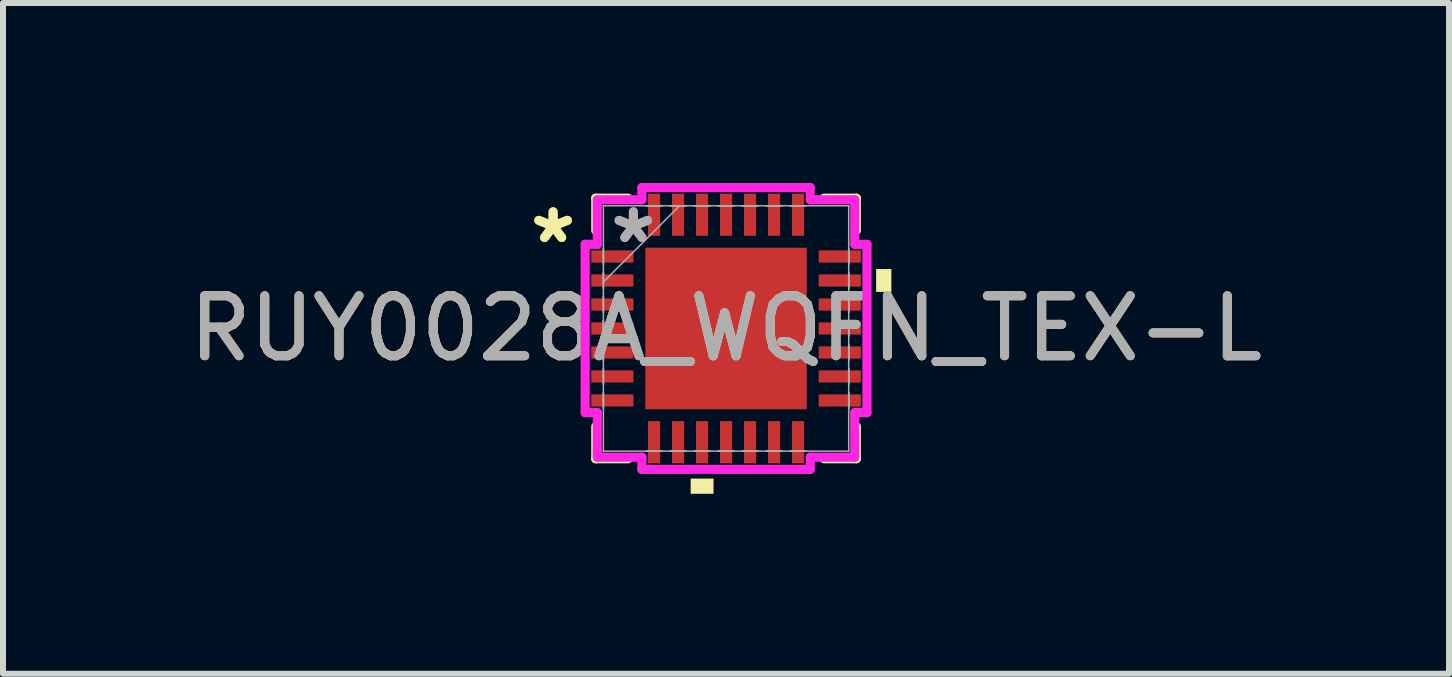
<source format=kicad_pcb>
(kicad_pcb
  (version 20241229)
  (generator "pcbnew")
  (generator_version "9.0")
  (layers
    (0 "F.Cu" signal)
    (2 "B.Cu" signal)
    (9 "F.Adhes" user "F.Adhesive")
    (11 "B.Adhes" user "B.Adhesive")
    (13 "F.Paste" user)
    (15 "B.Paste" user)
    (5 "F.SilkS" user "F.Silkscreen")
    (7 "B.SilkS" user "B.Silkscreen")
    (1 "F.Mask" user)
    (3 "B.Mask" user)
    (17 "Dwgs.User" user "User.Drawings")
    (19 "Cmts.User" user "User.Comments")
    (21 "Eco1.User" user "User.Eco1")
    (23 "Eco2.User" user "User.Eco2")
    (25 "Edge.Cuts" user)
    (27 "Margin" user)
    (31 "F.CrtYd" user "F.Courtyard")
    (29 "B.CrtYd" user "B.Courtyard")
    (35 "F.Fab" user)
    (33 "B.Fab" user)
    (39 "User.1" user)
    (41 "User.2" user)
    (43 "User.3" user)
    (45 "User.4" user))
  (footprint "RUY0028A_WQFN_TEX-L"
    (layer "F.Cu")
    (at 9.054 2.426)
    (property "Reference" "RUY0028A_WQFN_TEX-L" (at 0 0 0) (unlocked yes) (layer "F.SilkS") (effects (font (size 1 1) (thickness 0.15))))
    (attr smd)
    (fp_line (start -2.172 -2.172) (end -2.172 -1.634) (stroke (width 0.152) (type solid)) (layer "F.SilkS"))
    (fp_line (start -2.172 1.634) (end -2.172 2.172) (stroke (width 0.152) (type solid)) (layer "F.SilkS"))
    (fp_line (start -2.172 2.172) (end -1.634 2.172) (stroke (width 0.152) (type solid)) (layer "F.SilkS"))
    (fp_line (start -1.634 -2.172) (end -2.172 -2.172) (stroke (width 0.152) (type solid)) (layer "F.SilkS"))
    (fp_line (start 1.634 2.172) (end 2.172 2.172) (stroke (width 0.152) (type solid)) (layer "F.SilkS"))
    (fp_line (start 2.172 -2.172) (end 1.634 -2.172) (stroke (width 0.152) (type solid)) (layer "F.SilkS"))
    (fp_line (start 2.172 -1.634) (end 2.172 -2.172) (stroke (width 0.152) (type solid)) (layer "F.SilkS"))
    (fp_line (start 2.172 2.172) (end 2.172 1.634) (stroke (width 0.152) (type solid)) (layer "F.SilkS"))
    (fp_poly (pts (xy -0.59 2.502) (xy -0.59 2.756) (xy -0.209 2.756) (xy -0.209 2.502)) (stroke (width 0) (type solid)) (fill yes) (layer "F.SilkS"))
    (fp_poly (pts (xy 2.756 -0.991) (xy 2.756 -0.61) (xy 2.502 -0.61) (xy 2.502 -0.991)) (stroke (width 0) (type solid)) (fill yes) (layer "F.SilkS"))
    (fp_poly (pts (xy -1.246 -1.246) (xy -1.246 -0.1) (xy -0.1 -0.1) (xy -0.1 -1.246)) (stroke (width 0) (type solid)) (fill yes) (layer "F.Paste"))
    (fp_poly (pts (xy -1.246 0.1) (xy -1.246 1.246) (xy -0.1 1.246) (xy -0.1 0.1)) (stroke (width 0) (type solid)) (fill yes) (layer "F.Paste"))
    (fp_poly (pts (xy 0.1 -1.246) (xy 0.1 -0.1) (xy 1.246 -0.1) (xy 1.246 -1.246)) (stroke (width 0) (type solid)) (fill yes) (layer "F.Paste"))
    (fp_poly (pts (xy 0.1 0.1) (xy 0.1 1.246) (xy 1.246 1.246) (xy 1.246 0.1)) (stroke (width 0) (type solid)) (fill yes) (layer "F.Paste"))
    (fp_line (start -2.349 -1.403) (end -2.146 -1.403) (stroke (width 0.152) (type solid)) (layer "F.CrtYd"))
    (fp_line (start -2.349 1.403) (end -2.349 -1.403) (stroke (width 0.152) (type solid)) (layer "F.CrtYd"))
    (fp_line (start -2.146 -2.146) (end -1.403 -2.146) (stroke (width 0.152) (type solid)) (layer "F.CrtYd"))
    (fp_line (start -2.146 -1.403) (end -2.146 -2.146) (stroke (width 0.152) (type solid)) (layer "F.CrtYd"))
    (fp_line (start -2.146 1.403) (end -2.349 1.403) (stroke (width 0.152) (type solid)) (layer "F.CrtYd"))
    (fp_line (start -2.146 2.146) (end -2.146 1.403) (stroke (width 0.152) (type solid)) (layer "F.CrtYd"))
    (fp_line (start -1.403 -2.349) (end 1.403 -2.349) (stroke (width 0.152) (type solid)) (layer "F.CrtYd"))
    (fp_line (start -1.403 -2.146) (end -1.403 -2.349) (stroke (width 0.152) (type solid)) (layer "F.CrtYd"))
    (fp_line (start -1.403 2.146) (end -2.146 2.146) (stroke (width 0.152) (type solid)) (layer "F.CrtYd"))
    (fp_line (start -1.403 2.349) (end -1.403 2.146) (stroke (width 0.152) (type solid)) (layer "F.CrtYd"))
    (fp_line (start 1.403 -2.349) (end 1.403 -2.146) (stroke (width 0.152) (type solid)) (layer "F.CrtYd"))
    (fp_line (start 1.403 -2.146) (end 2.146 -2.146) (stroke (width 0.152) (type solid)) (layer "F.CrtYd"))
    (fp_line (start 1.403 2.146) (end 1.403 2.349) (stroke (width 0.152) (type solid)) (layer "F.CrtYd"))
    (fp_line (start 1.403 2.349) (end -1.403 2.349) (stroke (width 0.152) (type solid)) (layer "F.CrtYd"))
    (fp_line (start 2.146 -2.146) (end 2.146 -1.403) (stroke (width 0.152) (type solid)) (layer "F.CrtYd"))
    (fp_line (start 2.146 -1.403) (end 2.349 -1.403) (stroke (width 0.152) (type solid)) (layer "F.CrtYd"))
    (fp_line (start 2.146 1.403) (end 2.146 2.146) (stroke (width 0.152) (type solid)) (layer "F.CrtYd"))
    (fp_line (start 2.146 2.146) (end 1.403 2.146) (stroke (width 0.152) (type solid)) (layer "F.CrtYd"))
    (fp_line (start 2.349 -1.403) (end 2.349 1.403) (stroke (width 0.152) (type solid)) (layer "F.CrtYd"))
    (fp_line (start 2.349 1.403) (end 2.146 1.403) (stroke (width 0.152) (type solid)) (layer "F.CrtYd"))
    (fp_line (start -2.045 -2.045) (end -2.045 -2.045) (stroke (width 0.025) (type solid)) (layer "F.Fab"))
    (fp_line (start -2.045 -2.045) (end -2.045 2.045) (stroke (width 0.025) (type solid)) (layer "F.Fab"))
    (fp_line (start -2.045 -1.327) (end -2.045 -1.327) (stroke (width 0.025) (type solid)) (layer "F.Fab"))
    (fp_line (start -2.045 -1.327) (end -2.045 -1.073) (stroke (width 0.025) (type solid)) (layer "F.Fab"))
    (fp_line (start -2.045 -1.073) (end -2.045 -1.327) (stroke (width 0.025) (type solid)) (layer "F.Fab"))
    (fp_line (start -2.045 -1.073) (end -2.045 -1.073) (stroke (width 0.025) (type solid)) (layer "F.Fab"))
    (fp_line (start -2.045 -0.927) (end -2.045 -0.927) (stroke (width 0.025) (type solid)) (layer "F.Fab"))
    (fp_line (start -2.045 -0.927) (end -2.045 -0.673) (stroke (width 0.025) (type solid)) (layer "F.Fab"))
    (fp_line (start -2.045 -0.775) (end -0.775 -2.045) (stroke (width 0.025) (type solid)) (layer "F.Fab"))
    (fp_line (start -2.045 -0.673) (end -2.045 -0.927) (stroke (width 0.025) (type solid)) (layer "F.Fab"))
    (fp_line (start -2.045 -0.673) (end -2.045 -0.673) (stroke (width 0.025) (type solid)) (layer "F.Fab"))
    (fp_line (start -2.045 -0.527) (end -2.045 -0.527) (stroke (width 0.025) (type solid)) (layer "F.Fab"))
    (fp_line (start -2.045 -0.527) (end -2.045 -0.273) (stroke (width 0.025) (type solid)) (layer "F.Fab"))
    (fp_line (start -2.045 -0.273) (end -2.045 -0.527) (stroke (width 0.025) (type solid)) (layer "F.Fab"))
    (fp_line (start -2.045 -0.273) (end -2.045 -0.273) (stroke (width 0.025) (type solid)) (layer "F.Fab"))
    (fp_line (start -2.045 -0.127) (end -2.045 -0.127) (stroke (width 0.025) (type solid)) (layer "F.Fab"))
    (fp_line (start -2.045 -0.127) (end -2.045 0.127) (stroke (width 0.025) (type solid)) (layer "F.Fab"))
    (fp_line (start -2.045 0.127) (end -2.045 -0.127) (stroke (width 0.025) (type solid)) (layer "F.Fab"))
    (fp_line (start -2.045 0.127) (end -2.045 0.127) (stroke (width 0.025) (type solid)) (layer "F.Fab"))
    (fp_line (start -2.045 0.273) (end -2.045 0.273) (stroke (width 0.025) (type solid)) (layer "F.Fab"))
    (fp_line (start -2.045 0.273) (end -2.045 0.527) (stroke (width 0.025) (type solid)) (layer "F.Fab"))
    (fp_line (start -2.045 0.527) (end -2.045 0.273) (stroke (width 0.025) (type solid)) (layer "F.Fab"))
    (fp_line (start -2.045 0.527) (end -2.045 0.527) (stroke (width 0.025) (type solid)) (layer "F.Fab"))
    (fp_line (start -2.045 0.673) (end -2.045 0.673) (stroke (width 0.025) (type solid)) (layer "F.Fab"))
    (fp_line (start -2.045 0.673) (end -2.045 0.927) (stroke (width 0.025) (type solid)) (layer "F.Fab"))
    (fp_line (start -2.045 0.927) (end -2.045 0.673) (stroke (width 0.025) (type solid)) (layer "F.Fab"))
    (fp_line (start -2.045 0.927) (end -2.045 0.927) (stroke (width 0.025) (type solid)) (layer "F.Fab"))
    (fp_line (start -2.045 1.073) (end -2.045 1.073) (stroke (width 0.025) (type solid)) (layer "F.Fab"))
    (fp_line (start -2.045 1.073) (end -2.045 1.327) (stroke (width 0.025) (type solid)) (layer "F.Fab"))
    (fp_line (start -2.045 1.327) (end -2.045 1.073) (stroke (width 0.025) (type solid)) (layer "F.Fab"))
    (fp_line (start -2.045 1.327) (end -2.045 1.327) (stroke (width 0.025) (type solid)) (layer "F.Fab"))
    (fp_line (start -2.045 2.045) (end -2.045 2.045) (stroke (width 0.025) (type solid)) (layer "F.Fab"))
    (fp_line (start -2.045 2.045) (end 2.045 2.045) (stroke (width 0.025) (type solid)) (layer "F.Fab"))
    (fp_line (start -1.327 -2.045) (end -1.327 -2.045) (stroke (width 0.025) (type solid)) (layer "F.Fab"))
    (fp_line (start -1.327 -2.045) (end -1.073 -2.045) (stroke (width 0.025) (type solid)) (layer "F.Fab"))
    (fp_line (start -1.327 2.045) (end -1.327 2.045) (stroke (width 0.025) (type solid)) (layer "F.Fab"))
    (fp_line (start -1.327 2.045) (end -1.073 2.045) (stroke (width 0.025) (type solid)) (layer "F.Fab"))
    (fp_line (start -1.073 -2.045) (end -1.327 -2.045) (stroke (width 0.025) (type solid)) (layer "F.Fab"))
    (fp_line (start -1.073 -2.045) (end -1.073 -2.045) (stroke (width 0.025) (type solid)) (layer "F.Fab"))
    (fp_line (start -1.073 2.045) (end -1.327 2.045) (stroke (width 0.025) (type solid)) (layer "F.Fab"))
    (fp_line (start -1.073 2.045) (end -1.073 2.045) (stroke (width 0.025) (type solid)) (layer "F.Fab"))
    (fp_line (start -0.927 -2.045) (end -0.927 -2.045) (stroke (width 0.025) (type solid)) (layer "F.Fab"))
    (fp_line (start -0.927 -2.045) (end -0.673 -2.045) (stroke (width 0.025) (type solid)) (layer "F.Fab"))
    (fp_line (start -0.927 2.045) (end -0.927 2.045) (stroke (width 0.025) (type solid)) (layer "F.Fab"))
    (fp_line (start -0.927 2.045) (end -0.673 2.045) (stroke (width 0.025) (type solid)) (layer "F.Fab"))
    (fp_line (start -0.673 -2.045) (end -0.927 -2.045) (stroke (width 0.025) (type solid)) (layer "F.Fab"))
    (fp_line (start -0.673 -2.045) (end -0.673 -2.045) (stroke (width 0.025) (type solid)) (layer "F.Fab"))
    (fp_line (start -0.673 2.045) (end -0.927 2.045) (stroke (width 0.025) (type solid)) (layer "F.Fab"))
    (fp_line (start -0.673 2.045) (end -0.673 2.045) (stroke (width 0.025) (type solid)) (layer "F.Fab"))
    (fp_line (start -0.527 -2.045) (end -0.527 -2.045) (stroke (width 0.025) (type solid)) (layer "F.Fab"))
    (fp_line (start -0.527 -2.045) (end -0.273 -2.045) (stroke (width 0.025) (type solid)) (layer "F.Fab"))
    (fp_line (start -0.527 2.045) (end -0.527 2.045) (stroke (width 0.025) (type solid)) (layer "F.Fab"))
    (fp_line (start -0.527 2.045) (end -0.273 2.045) (stroke (width 0.025) (type solid)) (layer "F.Fab"))
    (fp_line (start -0.273 -2.045) (end -0.527 -2.045) (stroke (width 0.025) (type solid)) (layer "F.Fab"))
    (fp_line (start -0.273 -2.045) (end -0.273 -2.045) (stroke (width 0.025) (type solid)) (layer "F.Fab"))
    (fp_line (start -0.273 2.045) (end -0.527 2.045) (stroke (width 0.025) (type solid)) (layer "F.Fab"))
    (fp_line (start -0.273 2.045) (end -0.273 2.045) (stroke (width 0.025) (type solid)) (layer "F.Fab"))
    (fp_line (start -0.127 -2.045) (end -0.127 -2.045) (stroke (width 0.025) (type solid)) (layer "F.Fab"))
    (fp_line (start -0.127 -2.045) (end 0.127 -2.045) (stroke (width 0.025) (type solid)) (layer "F.Fab"))
    (fp_line (start -0.127 2.045) (end -0.127 2.045) (stroke (width 0.025) (type solid)) (layer "F.Fab"))
    (fp_line (start -0.127 2.045) (end 0.127 2.045) (stroke (width 0.025) (type solid)) (layer "F.Fab"))
    (fp_line (start 0.127 -2.045) (end -0.127 -2.045) (stroke (width 0.025) (type solid)) (layer "F.Fab"))
    (fp_line (start 0.127 -2.045) (end 0.127 -2.045) (stroke (width 0.025) (type solid)) (layer "F.Fab"))
    (fp_line (start 0.127 2.045) (end -0.127 2.045) (stroke (width 0.025) (type solid)) (layer "F.Fab"))
    (fp_line (start 0.127 2.045) (end 0.127 2.045) (stroke (width 0.025) (type solid)) (layer "F.Fab"))
    (fp_line (start 0.273 -2.045) (end 0.273 -2.045) (stroke (width 0.025) (type solid)) (layer "F.Fab"))
    (fp_line (start 0.273 -2.045) (end 0.527 -2.045) (stroke (width 0.025) (type solid)) (layer "F.Fab"))
    (fp_line (start 0.273 2.045) (end 0.273 2.045) (stroke (width 0.025) (type solid)) (layer "F.Fab"))
    (fp_line (start 0.273 2.045) (end 0.527 2.045) (stroke (width 0.025) (type solid)) (layer "F.Fab"))
    (fp_line (start 0.527 -2.045) (end 0.273 -2.045) (stroke (width 0.025) (type solid)) (layer "F.Fab"))
    (fp_line (start 0.527 -2.045) (end 0.527 -2.045) (stroke (width 0.025) (type solid)) (layer "F.Fab"))
    (fp_line (start 0.527 2.045) (end 0.273 2.045) (stroke (width 0.025) (type solid)) (layer "F.Fab"))
    (fp_line (start 0.527 2.045) (end 0.527 2.045) (stroke (width 0.025) (type solid)) (layer "F.Fab"))
    (fp_line (start 0.673 -2.045) (end 0.673 -2.045) (stroke (width 0.025) (type solid)) (layer "F.Fab"))
    (fp_line (start 0.673 -2.045) (end 0.927 -2.045) (stroke (width 0.025) (type solid)) (layer "F.Fab"))
    (fp_line (start 0.673 2.045) (end 0.673 2.045) (stroke (width 0.025) (type solid)) (layer "F.Fab"))
    (fp_line (start 0.673 2.045) (end 0.927 2.045) (stroke (width 0.025) (type solid)) (layer "F.Fab"))
    (fp_line (start 0.927 -2.045) (end 0.673 -2.045) (stroke (width 0.025) (type solid)) (layer "F.Fab"))
    (fp_line (start 0.927 -2.045) (end 0.927 -2.045) (stroke (width 0.025) (type solid)) (layer "F.Fab"))
    (fp_line (start 0.927 2.045) (end 0.673 2.045) (stroke (width 0.025) (type solid)) (layer "F.Fab"))
    (fp_line (start 0.927 2.045) (end 0.927 2.045) (stroke (width 0.025) (type solid)) (layer "F.Fab"))
    (fp_line (start 1.073 -2.045) (end 1.073 -2.045) (stroke (width 0.025) (type solid)) (layer "F.Fab"))
    (fp_line (start 1.073 -2.045) (end 1.327 -2.045) (stroke (width 0.025) (type solid)) (layer "F.Fab"))
    (fp_line (start 1.073 2.045) (end 1.073 2.045) (stroke (width 0.025) (type solid)) (layer "F.Fab"))
    (fp_line (start 1.073 2.045) (end 1.327 2.045) (stroke (width 0.025) (type solid)) (layer "F.Fab"))
    (fp_line (start 1.327 -2.045) (end 1.073 -2.045) (stroke (width 0.025) (type solid)) (layer "F.Fab"))
    (fp_line (start 1.327 -2.045) (end 1.327 -2.045) (stroke (width 0.025) (type solid)) (layer "F.Fab"))
    (fp_line (start 1.327 2.045) (end 1.073 2.045) (stroke (width 0.025) (type solid)) (layer "F.Fab"))
    (fp_line (start 1.327 2.045) (end 1.327 2.045) (stroke (width 0.025) (type solid)) (layer "F.Fab"))
    (fp_line (start 2.045 -2.045) (end -2.045 -2.045) (stroke (width 0.025) (type solid)) (layer "F.Fab"))
    (fp_line (start 2.045 -2.045) (end 2.045 -2.045) (stroke (width 0.025) (type solid)) (layer "F.Fab"))
    (fp_line (start 2.045 -1.327) (end 2.045 -1.327) (stroke (width 0.025) (type solid)) (layer "F.Fab"))
    (fp_line (start 2.045 -1.327) (end 2.045 -1.073) (stroke (width 0.025) (type solid)) (layer "F.Fab"))
    (fp_line (start 2.045 -1.073) (end 2.045 -1.327) (stroke (width 0.025) (type solid)) (layer "F.Fab"))
    (fp_line (start 2.045 -1.073) (end 2.045 -1.073) (stroke (width 0.025) (type solid)) (layer "F.Fab"))
    (fp_line (start 2.045 -0.927) (end 2.045 -0.927) (stroke (width 0.025) (type solid)) (layer "F.Fab"))
    (fp_line (start 2.045 -0.927) (end 2.045 -0.673) (stroke (width 0.025) (type solid)) (layer "F.Fab"))
    (fp_line (start 2.045 -0.673) (end 2.045 -0.927) (stroke (width 0.025) (type solid)) (layer "F.Fab"))
    (fp_line (start 2.045 -0.673) (end 2.045 -0.673) (stroke (width 0.025) (type solid)) (layer "F.Fab"))
    (fp_line (start 2.045 -0.527) (end 2.045 -0.527) (stroke (width 0.025) (type solid)) (layer "F.Fab"))
    (fp_line (start 2.045 -0.527) (end 2.045 -0.273) (stroke (width 0.025) (type solid)) (layer "F.Fab"))
    (fp_line (start 2.045 -0.273) (end 2.045 -0.527) (stroke (width 0.025) (type solid)) (layer "F.Fab"))
    (fp_line (start 2.045 -0.273) (end 2.045 -0.273) (stroke (width 0.025) (type solid)) (layer "F.Fab"))
    (fp_line (start 2.045 -0.127) (end 2.045 -0.127) (stroke (width 0.025) (type solid)) (layer "F.Fab"))
    (fp_line (start 2.045 -0.127) (end 2.045 0.127) (stroke (width 0.025) (type solid)) (layer "F.Fab"))
    (fp_line (start 2.045 0.127) (end 2.045 -0.127) (stroke (width 0.025) (type solid)) (layer "F.Fab"))
    (fp_line (start 2.045 0.127) (end 2.045 0.127) (stroke (width 0.025) (type solid)) (layer "F.Fab"))
    (fp_line (start 2.045 0.273) (end 2.045 0.273) (stroke (width 0.025) (type solid)) (layer "F.Fab"))
    (fp_line (start 2.045 0.273) (end 2.045 0.527) (stroke (width 0.025) (type solid)) (layer "F.Fab"))
    (fp_line (start 2.045 0.527) (end 2.045 0.273) (stroke (width 0.025) (type solid)) (layer "F.Fab"))
    (fp_line (start 2.045 0.527) (end 2.045 0.527) (stroke (width 0.025) (type solid)) (layer "F.Fab"))
    (fp_line (start 2.045 0.673) (end 2.045 0.673) (stroke (width 0.025) (type solid)) (layer "F.Fab"))
    (fp_line (start 2.045 0.673) (end 2.045 0.927) (stroke (width 0.025) (type solid)) (layer "F.Fab"))
    (fp_line (start 2.045 0.927) (end 2.045 0.673) (stroke (width 0.025) (type solid)) (layer "F.Fab"))
    (fp_line (start 2.045 0.927) (end 2.045 0.927) (stroke (width 0.025) (type solid)) (layer "F.Fab"))
    (fp_line (start 2.045 1.073) (end 2.045 1.073) (stroke (width 0.025) (type solid)) (layer "F.Fab"))
    (fp_line (start 2.045 1.073) (end 2.045 1.327) (stroke (width 0.025) (type solid)) (layer "F.Fab"))
    (fp_line (start 2.045 1.327) (end 2.045 1.073) (stroke (width 0.025) (type solid)) (layer "F.Fab"))
    (fp_line (start 2.045 1.327) (end 2.045 1.327) (stroke (width 0.025) (type solid)) (layer "F.Fab"))
    (fp_line (start 2.045 2.045) (end 2.045 -2.045) (stroke (width 0.025) (type solid)) (layer "F.Fab"))
    (fp_line (start 2.045 2.045) (end 2.045 2.045) (stroke (width 0.025) (type solid)) (layer "F.Fab"))
    (fp_text user "*" (at -2.883 -1.4 0) (layer "F.SilkS") (effects (font (size 1 1) (thickness 0.15))))
    (fp_text user "*" (at -2.883 -1.4 0) (unlocked yes) (layer "F.SilkS") (effects (font (size 1 1) (thickness 0.15))))
    (fp_text user "${REFERENCE}" (at 0 0 0) (unlocked yes) (layer "F.Fab") (effects (font (size 1 1) (thickness 0.15))))
    (fp_text user "*" (at -1.545 -1.4 0) (layer "F.Fab") (effects (font (size 1 1) (thickness 0.15))))
    (fp_text user "*" (at -1.545 -1.4 0) (unlocked yes) (layer "F.Fab") (effects (font (size 1 1) (thickness 0.15))))
    (pad "1" smd rect (at -1.896 -1.2 90) (size 0.203 0.703) (layers "F.Cu" "F.Mask" "F.Paste"))
    (pad "2" smd rect (at -1.896 -0.8 90) (size 0.203 0.703) (layers "F.Cu" "F.Mask" "F.Paste"))
    (pad "3" smd rect (at -1.896 -0.4 90) (size 0.203 0.703) (layers "F.Cu" "F.Mask" "F.Paste"))
    (pad "4" smd rect (at -1.896 0 90) (size 0.203 0.703) (layers "F.Cu" "F.Mask" "F.Paste"))
    (pad "5" smd rect (at -1.896 0.4 90) (size 0.203 0.703) (layers "F.Cu" "F.Mask" "F.Paste"))
    (pad "6" smd rect (at -1.896 0.8 90) (size 0.203 0.703) (layers "F.Cu" "F.Mask" "F.Paste"))
    (pad "7" smd rect (at -1.896 1.2 90) (size 0.203 0.703) (layers "F.Cu" "F.Mask" "F.Paste"))
    (pad "8" smd rect (at -1.2 1.896) (size 0.203 0.703) (layers "F.Cu" "F.Mask" "F.Paste"))
    (pad "9" smd rect (at -0.8 1.896) (size 0.203 0.703) (layers "F.Cu" "F.Mask" "F.Paste"))
    (pad "10" smd rect (at -0.4 1.896) (size 0.203 0.703) (layers "F.Cu" "F.Mask" "F.Paste"))
    (pad "11" smd rect (at 0 1.896) (size 0.203 0.703) (layers "F.Cu" "F.Mask" "F.Paste"))
    (pad "12" smd rect (at 0.4 1.896) (size 0.203 0.703) (layers "F.Cu" "F.Mask" "F.Paste"))
    (pad "13" smd rect (at 0.8 1.896) (size 0.203 0.703) (layers "F.Cu" "F.Mask" "F.Paste"))
    (pad "14" smd rect (at 1.2 1.896) (size 0.203 0.703) (layers "F.Cu" "F.Mask" "F.Paste"))
    (pad "15" smd rect (at 1.896 1.2 90) (size 0.203 0.703) (layers "F.Cu" "F.Mask" "F.Paste"))
    (pad "16" smd rect (at 1.896 0.8 90) (size 0.203 0.703) (layers "F.Cu" "F.Mask" "F.Paste"))
    (pad "17" smd rect (at 1.896 0.4 90) (size 0.203 0.703) (layers "F.Cu" "F.Mask" "F.Paste"))
    (pad "18" smd rect (at 1.896 0 90) (size 0.203 0.703) (layers "F.Cu" "F.Mask" "F.Paste"))
    (pad "19" smd rect (at 1.896 -0.4 90) (size 0.203 0.703) (layers "F.Cu" "F.Mask" "F.Paste"))
    (pad "20" smd rect (at 1.896 -0.8 90) (size 0.203 0.703) (layers "F.Cu" "F.Mask" "F.Paste"))
    (pad "21" smd rect (at 1.896 -1.2 90) (size 0.203 0.703) (layers "F.Cu" "F.Mask" "F.Paste"))
    (pad "22" smd rect (at 1.2 -1.896) (size 0.203 0.703) (layers "F.Cu" "F.Mask" "F.Paste"))
    (pad "23" smd rect (at 0.8 -1.896) (size 0.203 0.703) (layers "F.Cu" "F.Mask" "F.Paste"))
    (pad "24" smd rect (at 0.4 -1.896) (size 0.203 0.703) (layers "F.Cu" "F.Mask" "F.Paste"))
    (pad "25" smd rect (at 0 -1.896) (size 0.203 0.703) (layers "F.Cu" "F.Mask" "F.Paste"))
    (pad "26" smd rect (at -0.4 -1.896) (size 0.203 0.703) (layers "F.Cu" "F.Mask" "F.Paste"))
    (pad "27" smd rect (at -0.8 -1.896) (size 0.203 0.703) (layers "F.Cu" "F.Mask" "F.Paste"))
    (pad "28" smd rect (at -1.2 -1.896) (size 0.203 0.703) (layers "F.Cu" "F.Mask" "F.Paste"))
    (pad "29" smd rect (at 0 0) (size 2.692 2.692) (layers "F.Cu" "F.Mask")))
  (gr_rect
    (start -3 -3)
    (end 21.107 8.182)
    (stroke (width 0.1) (type default))
    (fill no)
    (layer "Edge.Cuts")))
</source>
